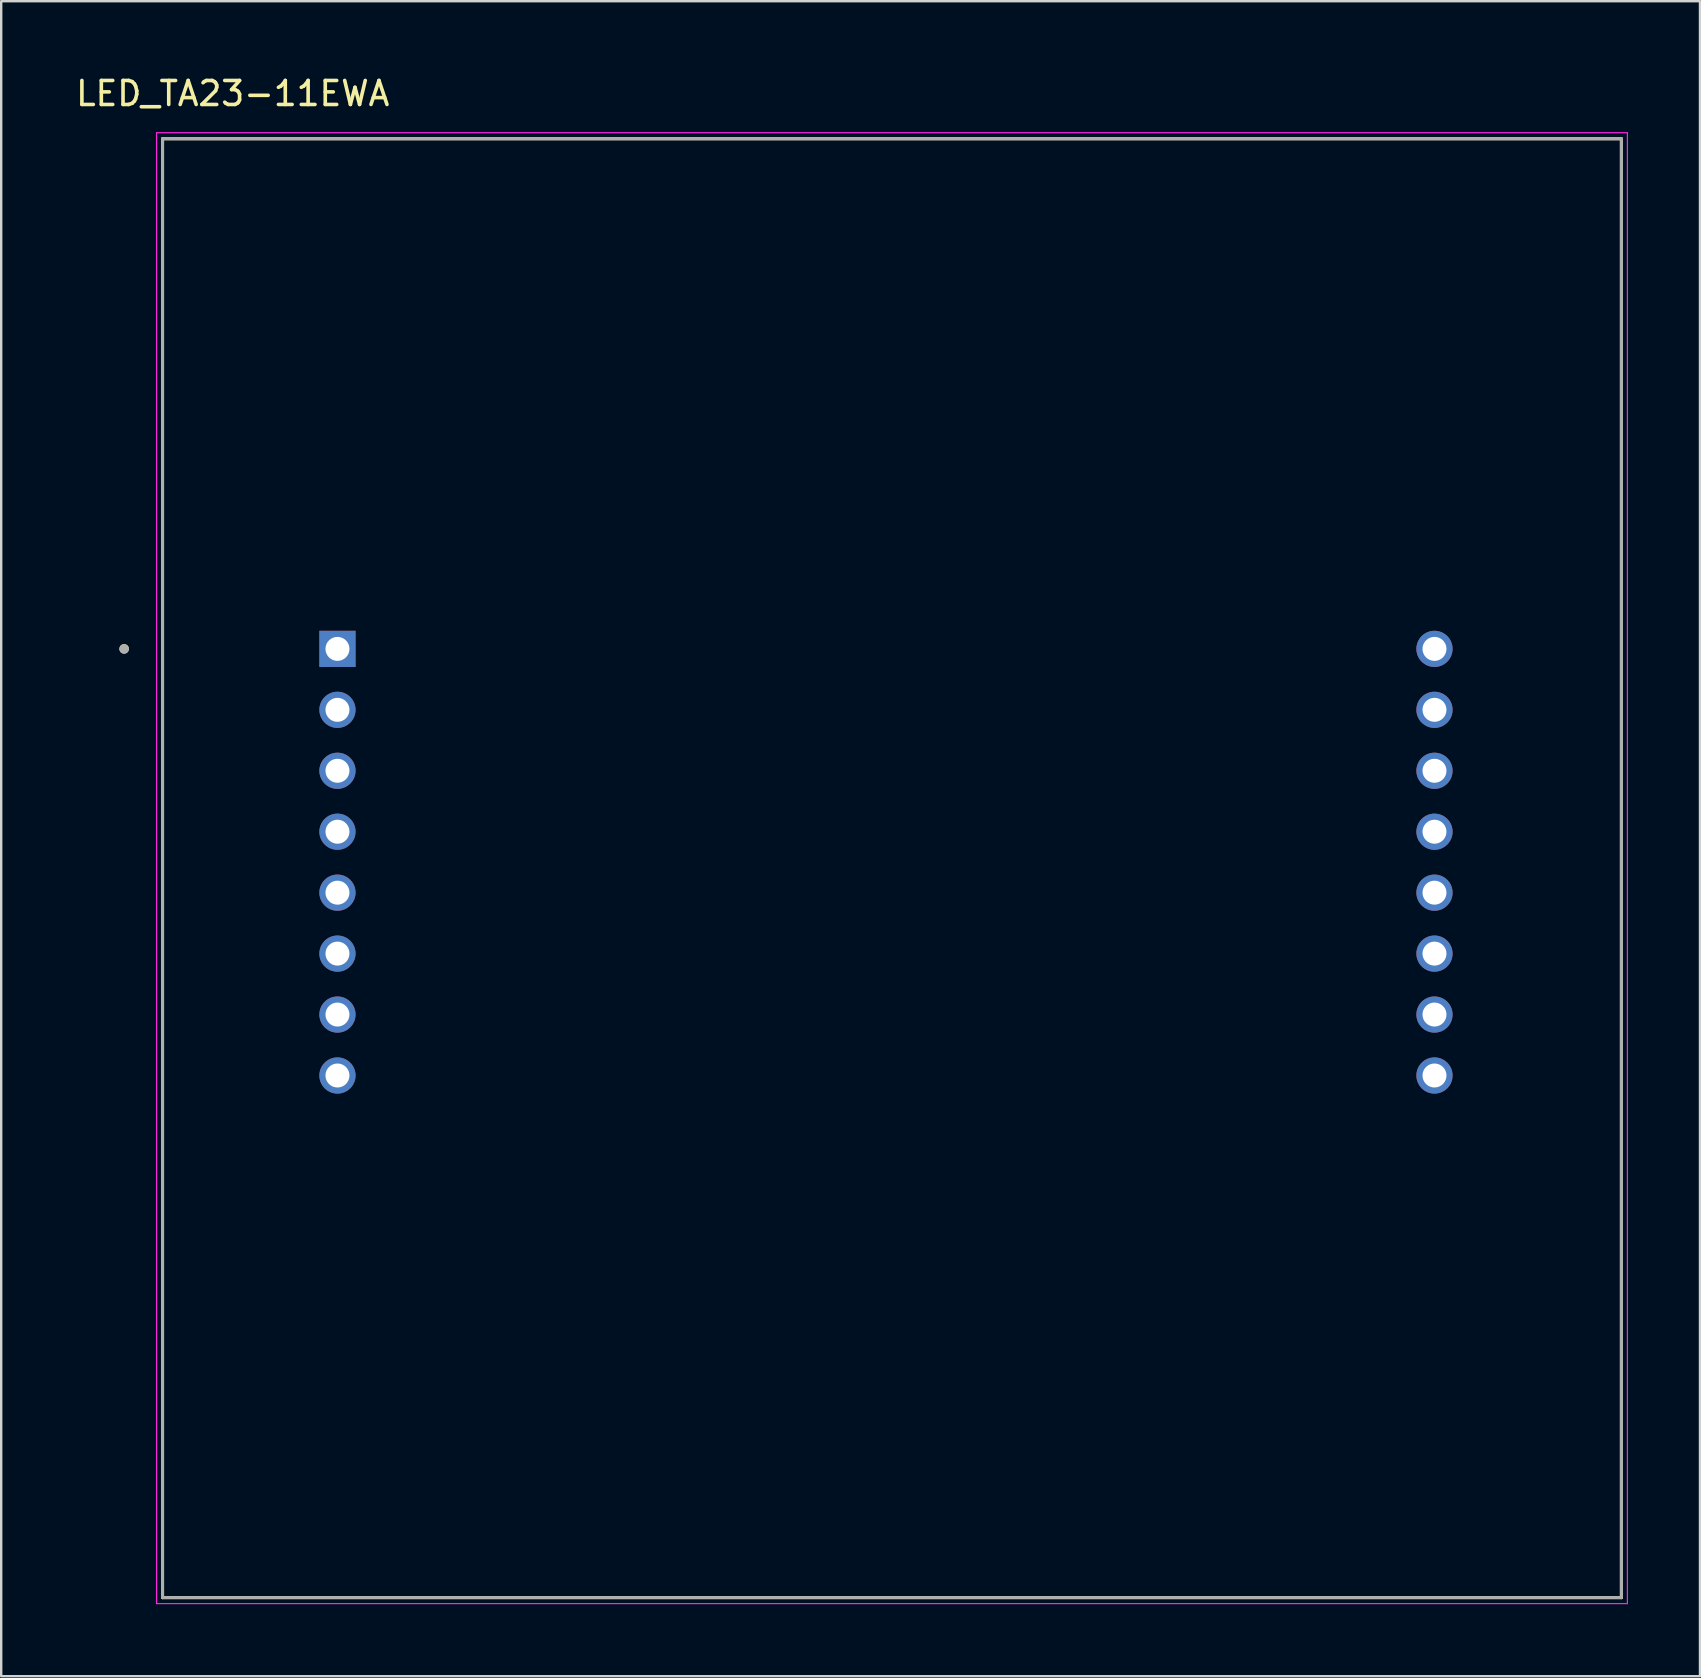
<source format=kicad_pcb>
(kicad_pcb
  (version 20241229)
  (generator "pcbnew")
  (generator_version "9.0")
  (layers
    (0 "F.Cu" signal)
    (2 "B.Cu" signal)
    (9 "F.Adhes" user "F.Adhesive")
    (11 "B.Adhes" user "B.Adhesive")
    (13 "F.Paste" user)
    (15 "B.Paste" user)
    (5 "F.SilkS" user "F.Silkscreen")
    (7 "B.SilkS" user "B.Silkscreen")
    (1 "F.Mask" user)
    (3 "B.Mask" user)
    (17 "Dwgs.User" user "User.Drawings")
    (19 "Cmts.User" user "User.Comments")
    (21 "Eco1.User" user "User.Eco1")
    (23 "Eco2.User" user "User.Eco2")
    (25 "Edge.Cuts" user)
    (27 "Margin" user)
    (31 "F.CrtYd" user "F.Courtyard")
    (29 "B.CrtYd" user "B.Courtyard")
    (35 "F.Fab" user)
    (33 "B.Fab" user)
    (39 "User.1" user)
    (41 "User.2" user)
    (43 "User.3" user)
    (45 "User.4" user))
  (footprint "LED_TA23-11EWA"
    (layer "F.Cu")
    (at 33.874 32.883)
    (property "Reference" "LED_TA23-11EWA" (at -27.225 -32.035 0) (layer "F.SilkS") (effects (font (size 1 1) (thickness 0.15))))
    (attr through_hole)
    (fp_line (start -30.15 -30.15) (end -30.15 30.65) (stroke (width 0.127) (type solid)) (layer "F.SilkS"))
    (fp_line (start -30.15 -30.15) (end 30.65 -30.15) (stroke (width 0.127) (type solid)) (layer "F.SilkS"))
    (fp_line (start -30.15 30.65) (end 30.65 30.65) (stroke (width 0.127) (type solid)) (layer "F.SilkS"))
    (fp_line (start 30.65 -30.15) (end 30.65 30.65) (stroke (width 0.127) (type solid)) (layer "F.SilkS"))
    (fp_circle (center -31.75 -8.89) (end -31.65 -8.89) (stroke (width 0.2) (type solid)) (fill no) (layer "F.SilkS"))
    (fp_line (start -30.4 -30.4) (end -30.4 30.9) (stroke (width 0.05) (type solid)) (layer "F.CrtYd"))
    (fp_line (start -30.4 30.9) (end 30.9 30.9) (stroke (width 0.05) (type solid)) (layer "F.CrtYd"))
    (fp_line (start 30.9 -30.4) (end -30.4 -30.4) (stroke (width 0.05) (type solid)) (layer "F.CrtYd"))
    (fp_line (start 30.9 30.9) (end 30.9 -30.4) (stroke (width 0.05) (type solid)) (layer "F.CrtYd"))
    (fp_line (start -30.15 -30.15) (end -30.15 30.65) (stroke (width 0.127) (type solid)) (layer "F.Fab"))
    (fp_line (start -30.15 -30.15) (end 30.65 -30.15) (stroke (width 0.127) (type solid)) (layer "F.Fab"))
    (fp_line (start -30.15 30.65) (end 30.65 30.65) (stroke (width 0.127) (type solid)) (layer "F.Fab"))
    (fp_line (start 30.65 -30.15) (end 30.65 30.65) (stroke (width 0.127) (type solid)) (layer "F.Fab"))
    (fp_circle (center -31.75 -8.89) (end -31.65 -8.89) (stroke (width 0.2) (type solid)) (fill no) (layer "F.Fab"))
    (pad "1" thru_hole rect (at -22.86 -8.89) (size 1.508 1.508) (drill 1) (layers "*.Cu" "*.Mask"))
    (pad "2" thru_hole circle (at -22.86 -6.35) (size 1.508 1.508) (drill 1) (layers "*.Cu" "*.Mask"))
    (pad "3" thru_hole circle (at -22.86 -3.81) (size 1.508 1.508) (drill 1) (layers "*.Cu" "*.Mask"))
    (pad "4" thru_hole circle (at -22.86 -1.27) (size 1.508 1.508) (drill 1) (layers "*.Cu" "*.Mask"))
    (pad "5" thru_hole circle (at -22.86 1.27) (size 1.508 1.508) (drill 1) (layers "*.Cu" "*.Mask"))
    (pad "6" thru_hole circle (at -22.86 3.81) (size 1.508 1.508) (drill 1) (layers "*.Cu" "*.Mask"))
    (pad "7" thru_hole circle (at -22.86 6.35) (size 1.508 1.508) (drill 1) (layers "*.Cu" "*.Mask"))
    (pad "8" thru_hole circle (at -22.86 8.89) (size 1.508 1.508) (drill 1) (layers "*.Cu" "*.Mask"))
    (pad "9" thru_hole circle (at 22.86 8.89) (size 1.508 1.508) (drill 1) (layers "*.Cu" "*.Mask"))
    (pad "10" thru_hole circle (at 22.86 6.35) (size 1.508 1.508) (drill 1) (layers "*.Cu" "*.Mask"))
    (pad "11" thru_hole circle (at 22.86 3.81) (size 1.508 1.508) (drill 1) (layers "*.Cu" "*.Mask"))
    (pad "12" thru_hole circle (at 22.86 1.27) (size 1.508 1.508) (drill 1) (layers "*.Cu" "*.Mask"))
    (pad "13" thru_hole circle (at 22.86 -1.27) (size 1.508 1.508) (drill 1) (layers "*.Cu" "*.Mask"))
    (pad "14" thru_hole circle (at 22.86 -3.81) (size 1.508 1.508) (drill 1) (layers "*.Cu" "*.Mask"))
    (pad "15" thru_hole circle (at 22.86 -6.35) (size 1.508 1.508) (drill 1) (layers "*.Cu" "*.Mask"))
    (pad "16" thru_hole circle (at 22.86 -8.89) (size 1.508 1.508) (drill 1) (layers "*.Cu" "*.Mask")))
  (gr_rect
    (start -3 -3)
    (end 67.799 66.808)
    (stroke (width 0.1) (type default))
    (fill no)
    (layer "Edge.Cuts")))
</source>
